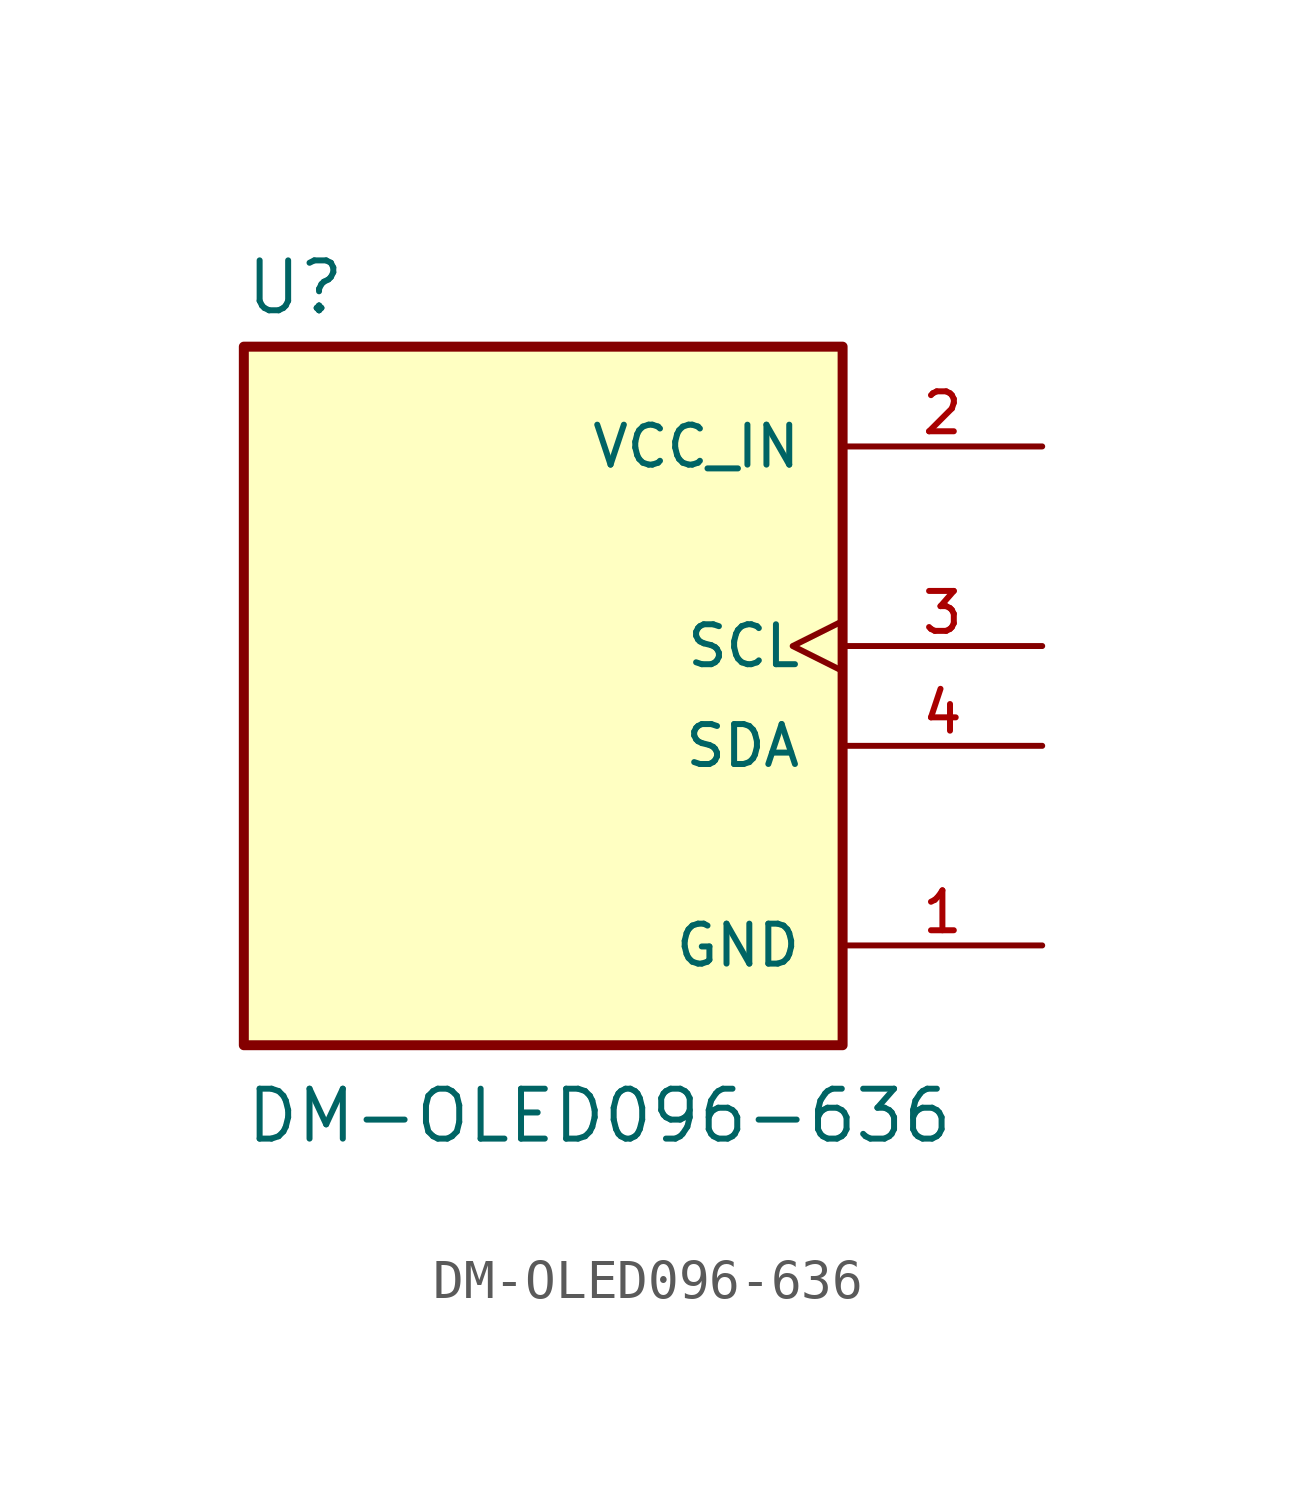
<source format=kicad_sym>
(kicad_symbol_lib
  (version 20231120)
  (generator "kicad_symbol_editor")
  (generator_version "8.0")
  (symbol "DM-OLED096-636"
    (pin_names
      (offset 1.016))
    (property "Reference" "U"
      (at -7.62 10.922 0)
      (effects (font (size 1.27 1.27)) (justify left bottom)))
    (property "Value" "DM-OLED096-636"
      (at -7.62 -10.16 0)
      (effects (font (size 1.27 1.27)) (justify left bottom)))
    (symbol "DM-OLED096-636_0_0"
      (rectangle (start -7.62 -7.62) (end 7.62 10.16) (stroke (width 0.254) (type default)) (fill (type background)))
      (pin power_in line (at 12.7 -5.08 180) (length 5.08) (name "GND" (effects (font (size 1.016 1.016)))) (number "1" (effects (font (size 1.016 1.016)))))
      (pin power_in line (at 12.7 7.62 180) (length 5.08) (name "VCC_IN" (effects (font (size 1.016 1.016)))) (number "2" (effects (font (size 1.016 1.016)))))
      (pin input clock (at 12.7 2.54 180) (length 5.08) (name "SCL" (effects (font (size 1.016 1.016)))) (number "3" (effects (font (size 1.016 1.016)))))
      (pin bidirectional line (at 12.7 0 180) (length 5.08) (name "SDA" (effects (font (size 1.016 1.016)))) (number "4" (effects (font (size 1.016 1.016))))))))
</source>
